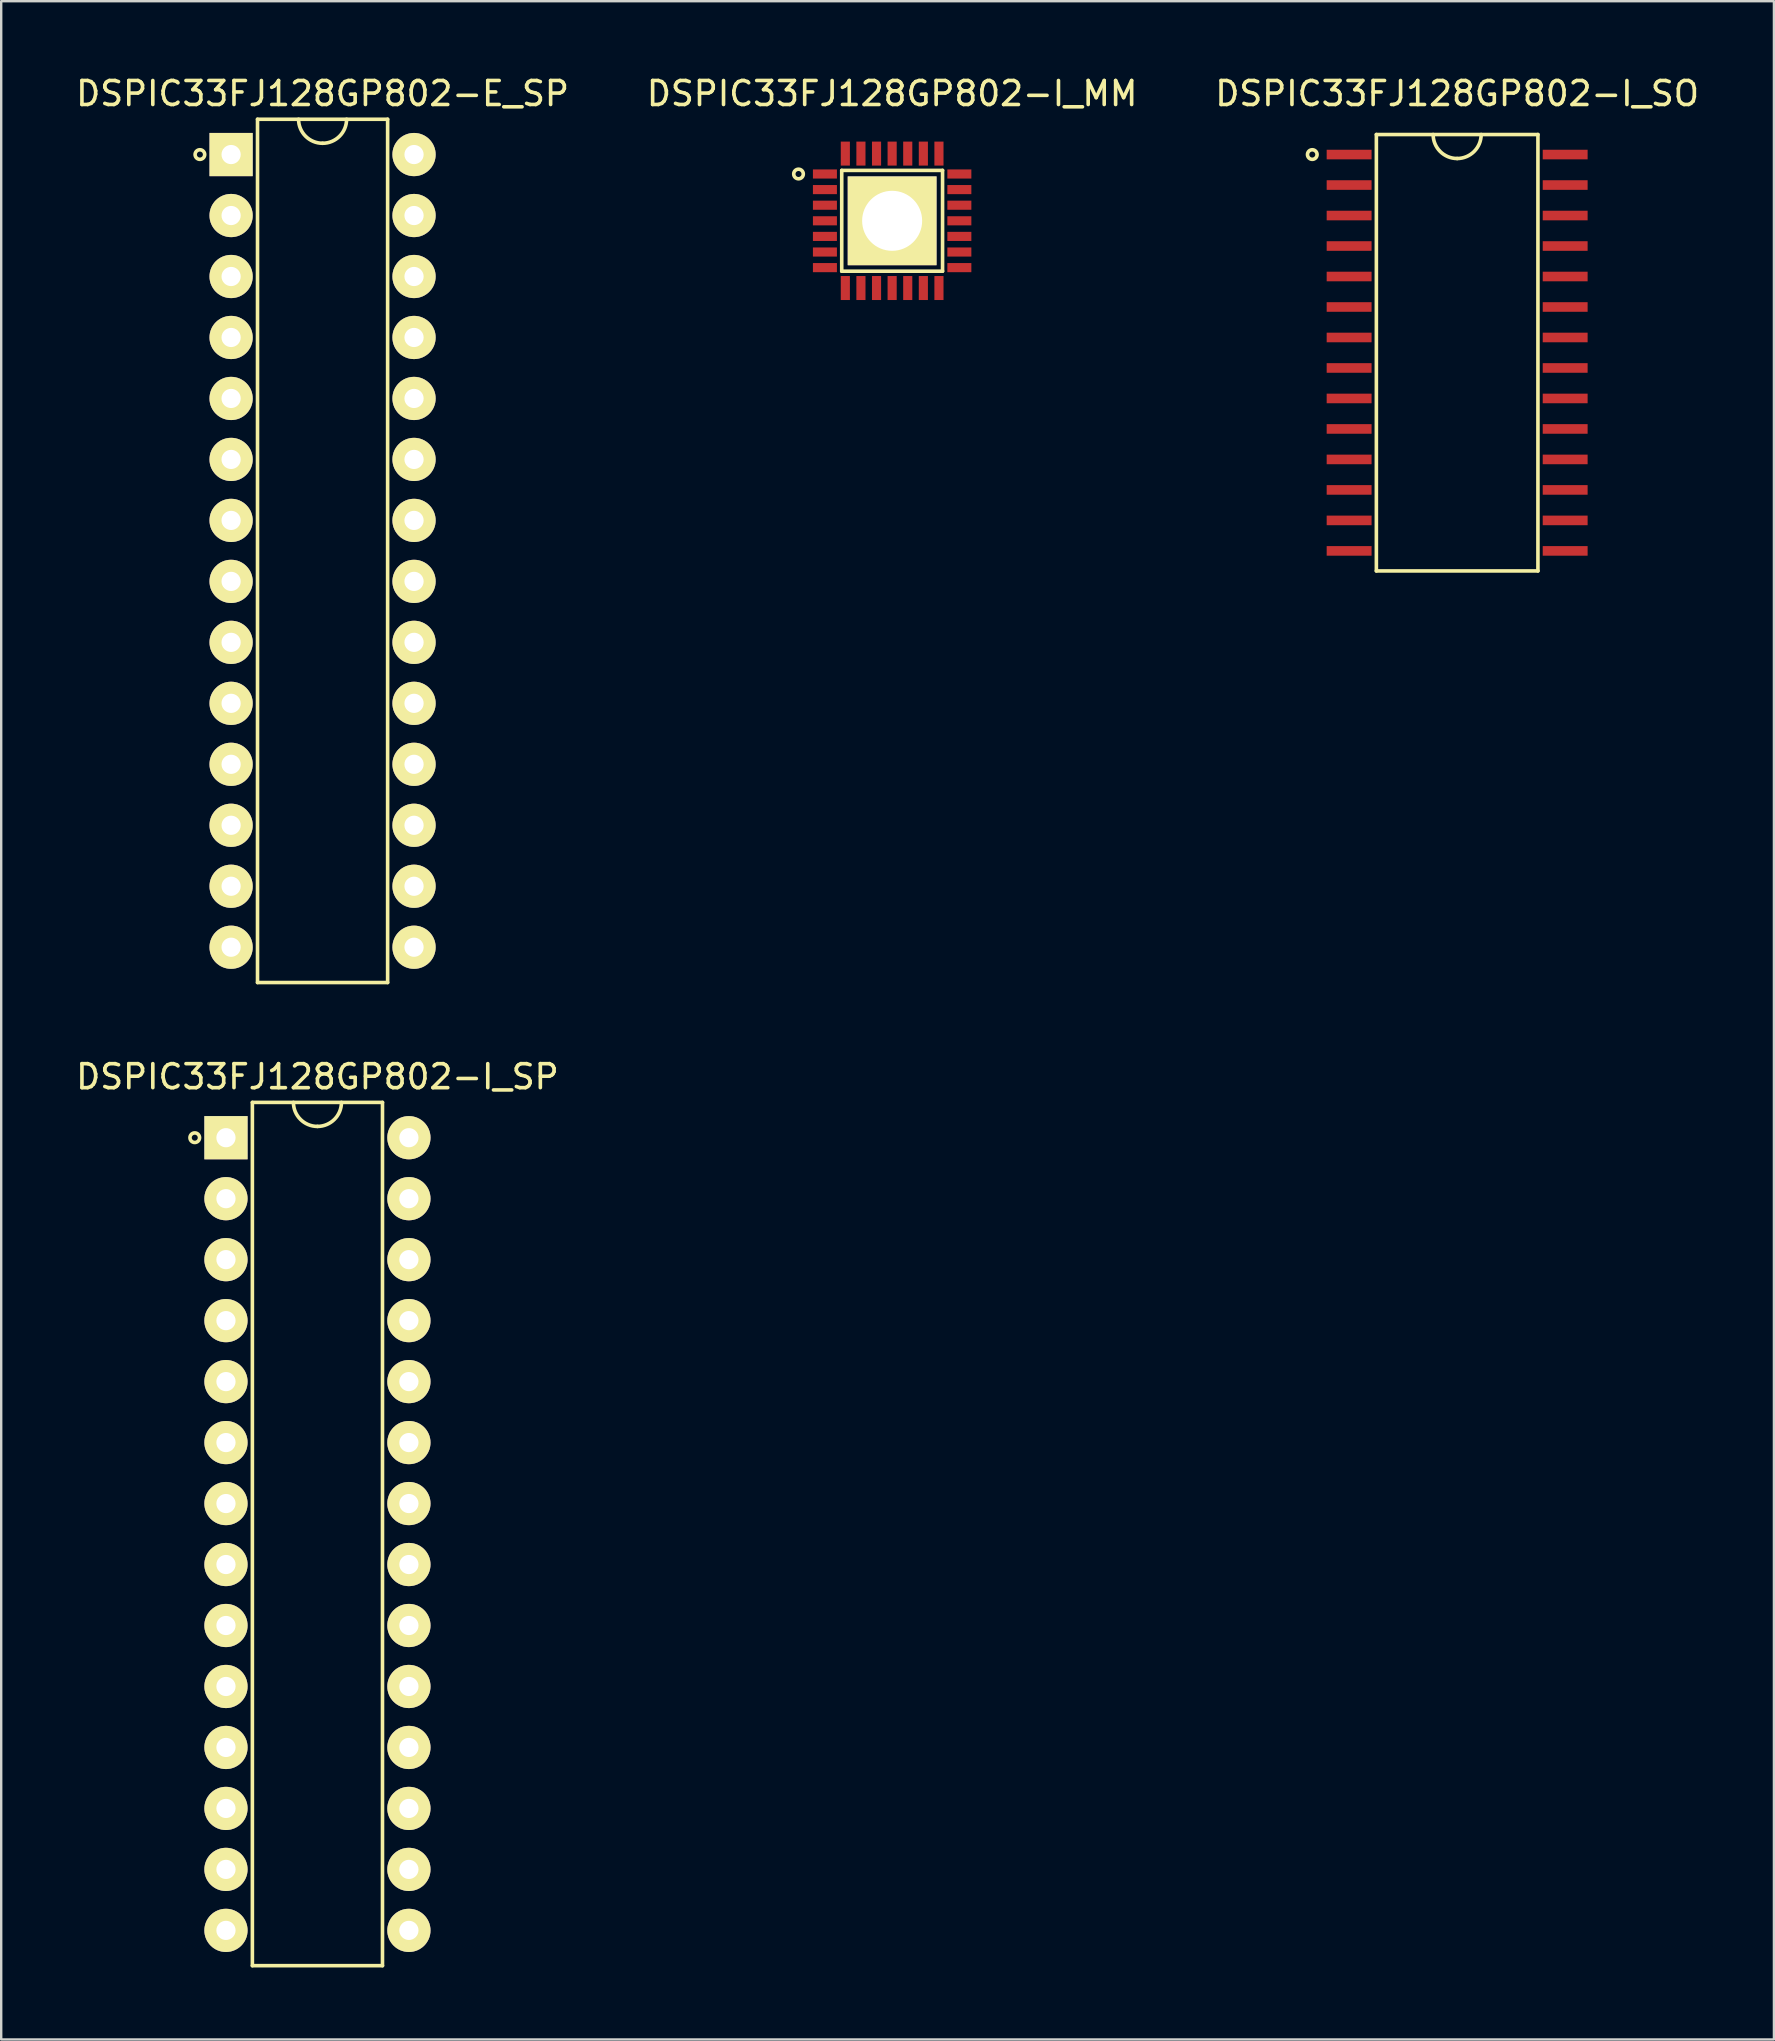
<source format=kicad_pcb>
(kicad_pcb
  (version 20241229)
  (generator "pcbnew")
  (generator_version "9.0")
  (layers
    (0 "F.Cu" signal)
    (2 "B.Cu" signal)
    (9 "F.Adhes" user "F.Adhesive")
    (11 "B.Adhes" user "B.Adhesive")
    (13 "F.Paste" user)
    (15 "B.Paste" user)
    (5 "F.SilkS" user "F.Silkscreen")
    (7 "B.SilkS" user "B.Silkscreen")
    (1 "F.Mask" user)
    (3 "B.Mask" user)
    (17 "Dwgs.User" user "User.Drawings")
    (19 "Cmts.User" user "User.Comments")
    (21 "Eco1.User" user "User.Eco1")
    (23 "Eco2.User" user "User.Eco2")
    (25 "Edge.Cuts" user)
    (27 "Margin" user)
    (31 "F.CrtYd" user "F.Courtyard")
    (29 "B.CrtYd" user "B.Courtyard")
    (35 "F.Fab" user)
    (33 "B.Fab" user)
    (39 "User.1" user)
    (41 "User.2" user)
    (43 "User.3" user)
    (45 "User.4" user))
  (footprint "DSPIC33FJ128GP802-I_SP"
    (layer "F.Cu")
    (at 6.363 44.342)
    (property "Reference" "DSPIC33FJ128GP802-I_SP" (at 3.81 -2.54 0) (layer "F.SilkS") (effects (font (size 1 1) (thickness 0.15))))
    (attr through_hole)
    (fp_line (start 1.1 -1.47) (end 6.52 -1.47) (stroke (width 0.15) (type solid)) (layer "F.SilkS"))
    (fp_line (start 1.1 34.49) (end 1.1 -1.47) (stroke (width 0.15) (type solid)) (layer "F.SilkS"))
    (fp_line (start 6.52 -1.47) (end 6.52 34.49) (stroke (width 0.15) (type solid)) (layer "F.SilkS"))
    (fp_line (start 6.52 34.49) (end 1.1 34.49) (stroke (width 0.15) (type solid)) (layer "F.SilkS"))
    (fp_arc (start 3.81 -0.47) (mid 3.102893 -0.762893) (end 2.81 -1.47) (stroke (width 0.15) (type solid)) (layer "F.SilkS"))
    (fp_arc (start 4.81 -1.47) (mid 4.517107 -0.762893) (end 3.81 -0.47) (stroke (width 0.15) (type solid)) (layer "F.SilkS"))
    (fp_circle (center -1.3 0) (end -1.3 0.2) (stroke (width 0.15) (type solid)) (fill no) (layer "F.SilkS"))
    (pad "1" thru_hole rect (at 0 0) (size 1.8 1.8) (drill 0.8) (layers "*.Cu" "*.Mask" "F.SilkS"))
    (pad "2" thru_hole circle (at 0 2.54) (size 1.8 1.8) (drill 0.8) (layers "*.Cu" "*.Mask" "F.SilkS"))
    (pad "3" thru_hole circle (at 0 5.08) (size 1.8 1.8) (drill 0.8) (layers "*.Cu" "*.Mask" "F.SilkS"))
    (pad "4" thru_hole circle (at 0 7.62) (size 1.8 1.8) (drill 0.8) (layers "*.Cu" "*.Mask" "F.SilkS"))
    (pad "5" thru_hole circle (at 0 10.16) (size 1.8 1.8) (drill 0.8) (layers "*.Cu" "*.Mask" "F.SilkS"))
    (pad "6" thru_hole circle (at 0 12.7) (size 1.8 1.8) (drill 0.8) (layers "*.Cu" "*.Mask" "F.SilkS"))
    (pad "7" thru_hole circle (at 0 15.24) (size 1.8 1.8) (drill 0.8) (layers "*.Cu" "*.Mask" "F.SilkS"))
    (pad "8" thru_hole circle (at 0 17.78) (size 1.8 1.8) (drill 0.8) (layers "*.Cu" "*.Mask" "F.SilkS"))
    (pad "9" thru_hole circle (at 0 20.32) (size 1.8 1.8) (drill 0.8) (layers "*.Cu" "*.Mask" "F.SilkS"))
    (pad "10" thru_hole circle (at 0 22.86) (size 1.8 1.8) (drill 0.8) (layers "*.Cu" "*.Mask" "F.SilkS"))
    (pad "11" thru_hole circle (at 0 25.4) (size 1.8 1.8) (drill 0.8) (layers "*.Cu" "*.Mask" "F.SilkS"))
    (pad "12" thru_hole circle (at 0 27.94) (size 1.8 1.8) (drill 0.8) (layers "*.Cu" "*.Mask" "F.SilkS"))
    (pad "13" thru_hole circle (at 0 30.48) (size 1.8 1.8) (drill 0.8) (layers "*.Cu" "*.Mask" "F.SilkS"))
    (pad "14" thru_hole circle (at 0 33.02) (size 1.8 1.8) (drill 0.8) (layers "*.Cu" "*.Mask" "F.SilkS"))
    (pad "15" thru_hole circle (at 7.62 33.02) (size 1.8 1.8) (drill 0.8) (layers "*.Cu" "*.Mask" "F.SilkS"))
    (pad "16" thru_hole circle (at 7.62 30.48) (size 1.8 1.8) (drill 0.8) (layers "*.Cu" "*.Mask" "F.SilkS"))
    (pad "17" thru_hole circle (at 7.62 27.94) (size 1.8 1.8) (drill 0.8) (layers "*.Cu" "*.Mask" "F.SilkS"))
    (pad "18" thru_hole circle (at 7.62 25.4) (size 1.8 1.8) (drill 0.8) (layers "*.Cu" "*.Mask" "F.SilkS"))
    (pad "19" thru_hole circle (at 7.62 22.86) (size 1.8 1.8) (drill 0.8) (layers "*.Cu" "*.Mask" "F.SilkS"))
    (pad "20" thru_hole circle (at 7.62 20.32) (size 1.8 1.8) (drill 0.8) (layers "*.Cu" "*.Mask" "F.SilkS"))
    (pad "21" thru_hole circle (at 7.62 17.78) (size 1.8 1.8) (drill 0.8) (layers "*.Cu" "*.Mask" "F.SilkS"))
    (pad "22" thru_hole circle (at 7.62 15.24) (size 1.8 1.8) (drill 0.8) (layers "*.Cu" "*.Mask" "F.SilkS"))
    (pad "23" thru_hole circle (at 7.62 12.7) (size 1.8 1.8) (drill 0.8) (layers "*.Cu" "*.Mask" "F.SilkS"))
    (pad "24" thru_hole circle (at 7.62 10.16) (size 1.8 1.8) (drill 0.8) (layers "*.Cu" "*.Mask" "F.SilkS"))
    (pad "25" thru_hole circle (at 7.62 7.62) (size 1.8 1.8) (drill 0.8) (layers "*.Cu" "*.Mask" "F.SilkS"))
    (pad "26" thru_hole circle (at 7.62 5.08) (size 1.8 1.8) (drill 0.8) (layers "*.Cu" "*.Mask" "F.SilkS"))
    (pad "27" thru_hole circle (at 7.62 2.54) (size 1.8 1.8) (drill 0.8) (layers "*.Cu" "*.Mask" "F.SilkS"))
    (pad "28" thru_hole circle (at 7.62 0) (size 1.8 1.8) (drill 0.8) (layers "*.Cu" "*.Mask" "F.SilkS")))
  (footprint "DSPIC33FJ128GP802-I_MM"
    (layer "F.Cu")
    (at 31.313 3.348)
    (property "Reference" "DSPIC33FJ128GP802-I_MM" (at 2.8 -2.5 0) (layer "F.SilkS") (effects (font (size 1 1) (thickness 0.15))))
    (attr through_hole)
    (fp_line (start 0.7 0.7) (end 0.7 4.9) (stroke (width 0.15) (type solid)) (layer "F.SilkS"))
    (fp_line (start 0.7 0.7) (end 4.9 0.7) (stroke (width 0.15) (type solid)) (layer "F.SilkS"))
    (fp_line (start 0.7 4.9) (end 4.9 4.9) (stroke (width 0.15) (type solid)) (layer "F.SilkS"))
    (fp_line (start 4.9 4.9) (end 4.9 0.7) (stroke (width 0.15) (type solid)) (layer "F.SilkS"))
    (fp_circle (center -1.1 0.85) (end -1.1 0.65) (stroke (width 0.15) (type solid)) (fill no) (layer "F.SilkS"))
    (fp_circle (center 1.7 1.7) (end 1.7 1.2) (stroke (width 0.15) (type solid)) (fill no) (layer "F.SilkS"))
    (pad "1" smd rect (at 0 0.85) (size 1 0.38) (layers "F.Cu" "F.Mask" "F.Paste"))
    (pad "2" smd rect (at 0 1.5) (size 1 0.38) (layers "F.Cu" "F.Mask" "F.Paste"))
    (pad "3" smd rect (at 0 2.15) (size 1 0.38) (layers "F.Cu" "F.Mask" "F.Paste"))
    (pad "4" smd rect (at 0 2.8) (size 1 0.38) (layers "F.Cu" "F.Mask" "F.Paste"))
    (pad "5" smd rect (at 0 3.45) (size 1 0.38) (layers "F.Cu" "F.Mask" "F.Paste"))
    (pad "6" smd rect (at 0 4.1) (size 1 0.38) (layers "F.Cu" "F.Mask" "F.Paste"))
    (pad "7" smd rect (at 0 4.75) (size 1 0.38) (layers "F.Cu" "F.Mask" "F.Paste"))
    (pad "8" smd rect (at 0.85 5.6) (size 0.38 1) (layers "F.Cu" "F.Mask" "F.Paste"))
    (pad "9" smd rect (at 1.5 5.6) (size 0.38 1) (layers "F.Cu" "F.Mask" "F.Paste"))
    (pad "10" smd rect (at 2.15 5.6) (size 0.38 1) (layers "F.Cu" "F.Mask" "F.Paste"))
    (pad "11" smd rect (at 2.8 5.6) (size 0.38 1) (layers "F.Cu" "F.Mask" "F.Paste"))
    (pad "12" smd rect (at 3.45 5.6) (size 0.38 1) (layers "F.Cu" "F.Mask" "F.Paste"))
    (pad "13" smd rect (at 4.1 5.6) (size 0.38 1) (layers "F.Cu" "F.Mask" "F.Paste"))
    (pad "14" smd rect (at 4.75 5.6) (size 0.38 1) (layers "F.Cu" "F.Mask" "F.Paste"))
    (pad "15" smd rect (at 5.6 4.75) (size 1 0.38) (layers "F.Cu" "F.Mask" "F.Paste"))
    (pad "16" smd rect (at 5.6 4.1) (size 1 0.38) (layers "F.Cu" "F.Mask" "F.Paste"))
    (pad "17" smd rect (at 5.6 3.45) (size 1 0.38) (layers "F.Cu" "F.Mask" "F.Paste"))
    (pad "18" smd rect (at 5.6 2.8) (size 1 0.38) (layers "F.Cu" "F.Mask" "F.Paste"))
    (pad "19" smd rect (at 5.6 2.15) (size 1 0.38) (layers "F.Cu" "F.Mask" "F.Paste"))
    (pad "20" smd rect (at 5.6 1.5) (size 1 0.38) (layers "F.Cu" "F.Mask" "F.Paste"))
    (pad "21" smd rect (at 5.6 0.85) (size 1 0.38) (layers "F.Cu" "F.Mask" "F.Paste"))
    (pad "22" smd rect (at 4.75 0) (size 0.38 1) (layers "F.Cu" "F.Mask" "F.Paste"))
    (pad "23" smd rect (at 4.1 0) (size 0.38 1) (layers "F.Cu" "F.Mask" "F.Paste"))
    (pad "24" smd rect (at 3.45 0) (size 0.38 1) (layers "F.Cu" "F.Mask" "F.Paste"))
    (pad "25" smd rect (at 2.8 0) (size 0.38 1) (layers "F.Cu" "F.Mask" "F.Paste"))
    (pad "26" smd rect (at 2.15 0) (size 0.38 1) (layers "F.Cu" "F.Mask" "F.Paste"))
    (pad "27" smd rect (at 1.5 0) (size 0.38 1) (layers "F.Cu" "F.Mask" "F.Paste"))
    (pad "28" smd rect (at 0.85 0) (size 0.38 1) (layers "F.Cu" "F.Mask" "F.Paste"))
    (pad "999" thru_hole rect (at 2.8 2.8) (size 3.7 3.7) (drill 2.5) (layers "*.Cu" "*.Mask" "F.SilkS")))
  (footprint "DSPIC33FJ128GP802-E_SP"
    (layer "F.Cu")
    (at 6.577 3.388)
    (property "Reference" "DSPIC33FJ128GP802-E_SP" (at 3.81 -2.54 0) (layer "F.SilkS") (effects (font (size 1 1) (thickness 0.15))))
    (attr through_hole)
    (fp_line (start 1.1 -1.47) (end 6.52 -1.47) (stroke (width 0.15) (type solid)) (layer "F.SilkS"))
    (fp_line (start 1.1 34.49) (end 1.1 -1.47) (stroke (width 0.15) (type solid)) (layer "F.SilkS"))
    (fp_line (start 6.52 -1.47) (end 6.52 34.49) (stroke (width 0.15) (type solid)) (layer "F.SilkS"))
    (fp_line (start 6.52 34.49) (end 1.1 34.49) (stroke (width 0.15) (type solid)) (layer "F.SilkS"))
    (fp_arc (start 3.81 -0.47) (mid 3.102893 -0.762893) (end 2.81 -1.47) (stroke (width 0.15) (type solid)) (layer "F.SilkS"))
    (fp_arc (start 4.81 -1.47) (mid 4.517107 -0.762893) (end 3.81 -0.47) (stroke (width 0.15) (type solid)) (layer "F.SilkS"))
    (fp_circle (center -1.3 0) (end -1.3 0.2) (stroke (width 0.15) (type solid)) (fill no) (layer "F.SilkS"))
    (pad "1" thru_hole rect (at 0 0) (size 1.8 1.8) (drill 0.8) (layers "*.Cu" "*.Mask" "F.SilkS"))
    (pad "2" thru_hole circle (at 0 2.54) (size 1.8 1.8) (drill 0.8) (layers "*.Cu" "*.Mask" "F.SilkS"))
    (pad "3" thru_hole circle (at 0 5.08) (size 1.8 1.8) (drill 0.8) (layers "*.Cu" "*.Mask" "F.SilkS"))
    (pad "4" thru_hole circle (at 0 7.62) (size 1.8 1.8) (drill 0.8) (layers "*.Cu" "*.Mask" "F.SilkS"))
    (pad "5" thru_hole circle (at 0 10.16) (size 1.8 1.8) (drill 0.8) (layers "*.Cu" "*.Mask" "F.SilkS"))
    (pad "6" thru_hole circle (at 0 12.7) (size 1.8 1.8) (drill 0.8) (layers "*.Cu" "*.Mask" "F.SilkS"))
    (pad "7" thru_hole circle (at 0 15.24) (size 1.8 1.8) (drill 0.8) (layers "*.Cu" "*.Mask" "F.SilkS"))
    (pad "8" thru_hole circle (at 0 17.78) (size 1.8 1.8) (drill 0.8) (layers "*.Cu" "*.Mask" "F.SilkS"))
    (pad "9" thru_hole circle (at 0 20.32) (size 1.8 1.8) (drill 0.8) (layers "*.Cu" "*.Mask" "F.SilkS"))
    (pad "10" thru_hole circle (at 0 22.86) (size 1.8 1.8) (drill 0.8) (layers "*.Cu" "*.Mask" "F.SilkS"))
    (pad "11" thru_hole circle (at 0 25.4) (size 1.8 1.8) (drill 0.8) (layers "*.Cu" "*.Mask" "F.SilkS"))
    (pad "12" thru_hole circle (at 0 27.94) (size 1.8 1.8) (drill 0.8) (layers "*.Cu" "*.Mask" "F.SilkS"))
    (pad "13" thru_hole circle (at 0 30.48) (size 1.8 1.8) (drill 0.8) (layers "*.Cu" "*.Mask" "F.SilkS"))
    (pad "14" thru_hole circle (at 0 33.02) (size 1.8 1.8) (drill 0.8) (layers "*.Cu" "*.Mask" "F.SilkS"))
    (pad "15" thru_hole circle (at 7.62 33.02) (size 1.8 1.8) (drill 0.8) (layers "*.Cu" "*.Mask" "F.SilkS"))
    (pad "16" thru_hole circle (at 7.62 30.48) (size 1.8 1.8) (drill 0.8) (layers "*.Cu" "*.Mask" "F.SilkS"))
    (pad "17" thru_hole circle (at 7.62 27.94) (size 1.8 1.8) (drill 0.8) (layers "*.Cu" "*.Mask" "F.SilkS"))
    (pad "18" thru_hole circle (at 7.62 25.4) (size 1.8 1.8) (drill 0.8) (layers "*.Cu" "*.Mask" "F.SilkS"))
    (pad "19" thru_hole circle (at 7.62 22.86) (size 1.8 1.8) (drill 0.8) (layers "*.Cu" "*.Mask" "F.SilkS"))
    (pad "20" thru_hole circle (at 7.62 20.32) (size 1.8 1.8) (drill 0.8) (layers "*.Cu" "*.Mask" "F.SilkS"))
    (pad "21" thru_hole circle (at 7.62 17.78) (size 1.8 1.8) (drill 0.8) (layers "*.Cu" "*.Mask" "F.SilkS"))
    (pad "22" thru_hole circle (at 7.62 15.24) (size 1.8 1.8) (drill 0.8) (layers "*.Cu" "*.Mask" "F.SilkS"))
    (pad "23" thru_hole circle (at 7.62 12.7) (size 1.8 1.8) (drill 0.8) (layers "*.Cu" "*.Mask" "F.SilkS"))
    (pad "24" thru_hole circle (at 7.62 10.16) (size 1.8 1.8) (drill 0.8) (layers "*.Cu" "*.Mask" "F.SilkS"))
    (pad "25" thru_hole circle (at 7.62 7.62) (size 1.8 1.8) (drill 0.8) (layers "*.Cu" "*.Mask" "F.SilkS"))
    (pad "26" thru_hole circle (at 7.62 5.08) (size 1.8 1.8) (drill 0.8) (layers "*.Cu" "*.Mask" "F.SilkS"))
    (pad "27" thru_hole circle (at 7.62 2.54) (size 1.8 1.8) (drill 0.8) (layers "*.Cu" "*.Mask" "F.SilkS"))
    (pad "28" thru_hole circle (at 7.62 0) (size 1.8 1.8) (drill 0.8) (layers "*.Cu" "*.Mask" "F.SilkS")))
  (footprint "DSPIC33FJ128GP802-I_SO"
    (layer "F.Cu")
    (at 53.149 3.388)
    (property "Reference" "DSPIC33FJ128GP802-I_SO" (at 4.5 -2.54 0) (layer "F.SilkS") (effects (font (size 1 1) (thickness 0.15))))
    (attr through_hole)
    (fp_line (start 1.135 -0.835) (end 7.865 -0.835) (stroke (width 0.15) (type solid)) (layer "F.SilkS"))
    (fp_line (start 1.135 17.345) (end 1.135 -0.835) (stroke (width 0.15) (type solid)) (layer "F.SilkS"))
    (fp_line (start 7.865 -0.835) (end 7.865 17.345) (stroke (width 0.15) (type solid)) (layer "F.SilkS"))
    (fp_line (start 7.865 17.345) (end 1.135 17.345) (stroke (width 0.15) (type solid)) (layer "F.SilkS"))
    (fp_arc (start 4.5 0.165) (mid 3.792893 -0.127893) (end 3.5 -0.835) (stroke (width 0.15) (type solid)) (layer "F.SilkS"))
    (fp_arc (start 5.5 -0.835) (mid 5.207107 -0.127893) (end 4.5 0.165) (stroke (width 0.15) (type solid)) (layer "F.SilkS"))
    (fp_circle (center -1.535 0) (end -1.535 0.2) (stroke (width 0.15) (type solid)) (fill no) (layer "F.SilkS"))
    (pad "1" smd rect (at 0 0) (size 1.87 0.4) (layers "F.Cu" "F.Mask" "F.Paste"))
    (pad "2" smd rect (at 0 1.27) (size 1.87 0.4) (layers "F.Cu" "F.Mask" "F.Paste"))
    (pad "3" smd rect (at 0 2.54) (size 1.87 0.4) (layers "F.Cu" "F.Mask" "F.Paste"))
    (pad "4" smd rect (at 0 3.81) (size 1.87 0.4) (layers "F.Cu" "F.Mask" "F.Paste"))
    (pad "5" smd rect (at 0 5.08) (size 1.87 0.4) (layers "F.Cu" "F.Mask" "F.Paste"))
    (pad "6" smd rect (at 0 6.35) (size 1.87 0.4) (layers "F.Cu" "F.Mask" "F.Paste"))
    (pad "7" smd rect (at 0 7.62) (size 1.87 0.4) (layers "F.Cu" "F.Mask" "F.Paste"))
    (pad "8" smd rect (at 0 8.89) (size 1.87 0.4) (layers "F.Cu" "F.Mask" "F.Paste"))
    (pad "9" smd rect (at 0 10.16) (size 1.87 0.4) (layers "F.Cu" "F.Mask" "F.Paste"))
    (pad "10" smd rect (at 0 11.43) (size 1.87 0.4) (layers "F.Cu" "F.Mask" "F.Paste"))
    (pad "11" smd rect (at 0 12.7) (size 1.87 0.4) (layers "F.Cu" "F.Mask" "F.Paste"))
    (pad "12" smd rect (at 0 13.97) (size 1.87 0.4) (layers "F.Cu" "F.Mask" "F.Paste"))
    (pad "13" smd rect (at 0 15.24) (size 1.87 0.4) (layers "F.Cu" "F.Mask" "F.Paste"))
    (pad "14" smd rect (at 0 16.51) (size 1.87 0.4) (layers "F.Cu" "F.Mask" "F.Paste"))
    (pad "15" smd rect (at 9 16.51) (size 1.87 0.4) (layers "F.Cu" "F.Mask" "F.Paste"))
    (pad "16" smd rect (at 9 15.24) (size 1.87 0.4) (layers "F.Cu" "F.Mask" "F.Paste"))
    (pad "17" smd rect (at 9 13.97) (size 1.87 0.4) (layers "F.Cu" "F.Mask" "F.Paste"))
    (pad "18" smd rect (at 9 12.7) (size 1.87 0.4) (layers "F.Cu" "F.Mask" "F.Paste"))
    (pad "19" smd rect (at 9 11.43) (size 1.87 0.4) (layers "F.Cu" "F.Mask" "F.Paste"))
    (pad "20" smd rect (at 9 10.16) (size 1.87 0.4) (layers "F.Cu" "F.Mask" "F.Paste"))
    (pad "21" smd rect (at 9 8.89) (size 1.87 0.4) (layers "F.Cu" "F.Mask" "F.Paste"))
    (pad "22" smd rect (at 9 7.62) (size 1.87 0.4) (layers "F.Cu" "F.Mask" "F.Paste"))
    (pad "23" smd rect (at 9 6.35) (size 1.87 0.4) (layers "F.Cu" "F.Mask" "F.Paste"))
    (pad "24" smd rect (at 9 5.08) (size 1.87 0.4) (layers "F.Cu" "F.Mask" "F.Paste"))
    (pad "25" smd rect (at 9 3.81) (size 1.87 0.4) (layers "F.Cu" "F.Mask" "F.Paste"))
    (pad "26" smd rect (at 9 2.54) (size 1.87 0.4) (layers "F.Cu" "F.Mask" "F.Paste"))
    (pad "27" smd rect (at 9 1.27) (size 1.87 0.4) (layers "F.Cu" "F.Mask" "F.Paste"))
    (pad "28" smd rect (at 9 0) (size 1.87 0.4) (layers "F.Cu" "F.Mask" "F.Paste")))
  (gr_rect
    (start -3 -3)
    (end 70.845 81.906)
    (stroke (width 0.1) (type default))
    (fill no)
    (layer "Edge.Cuts")))
</source>
